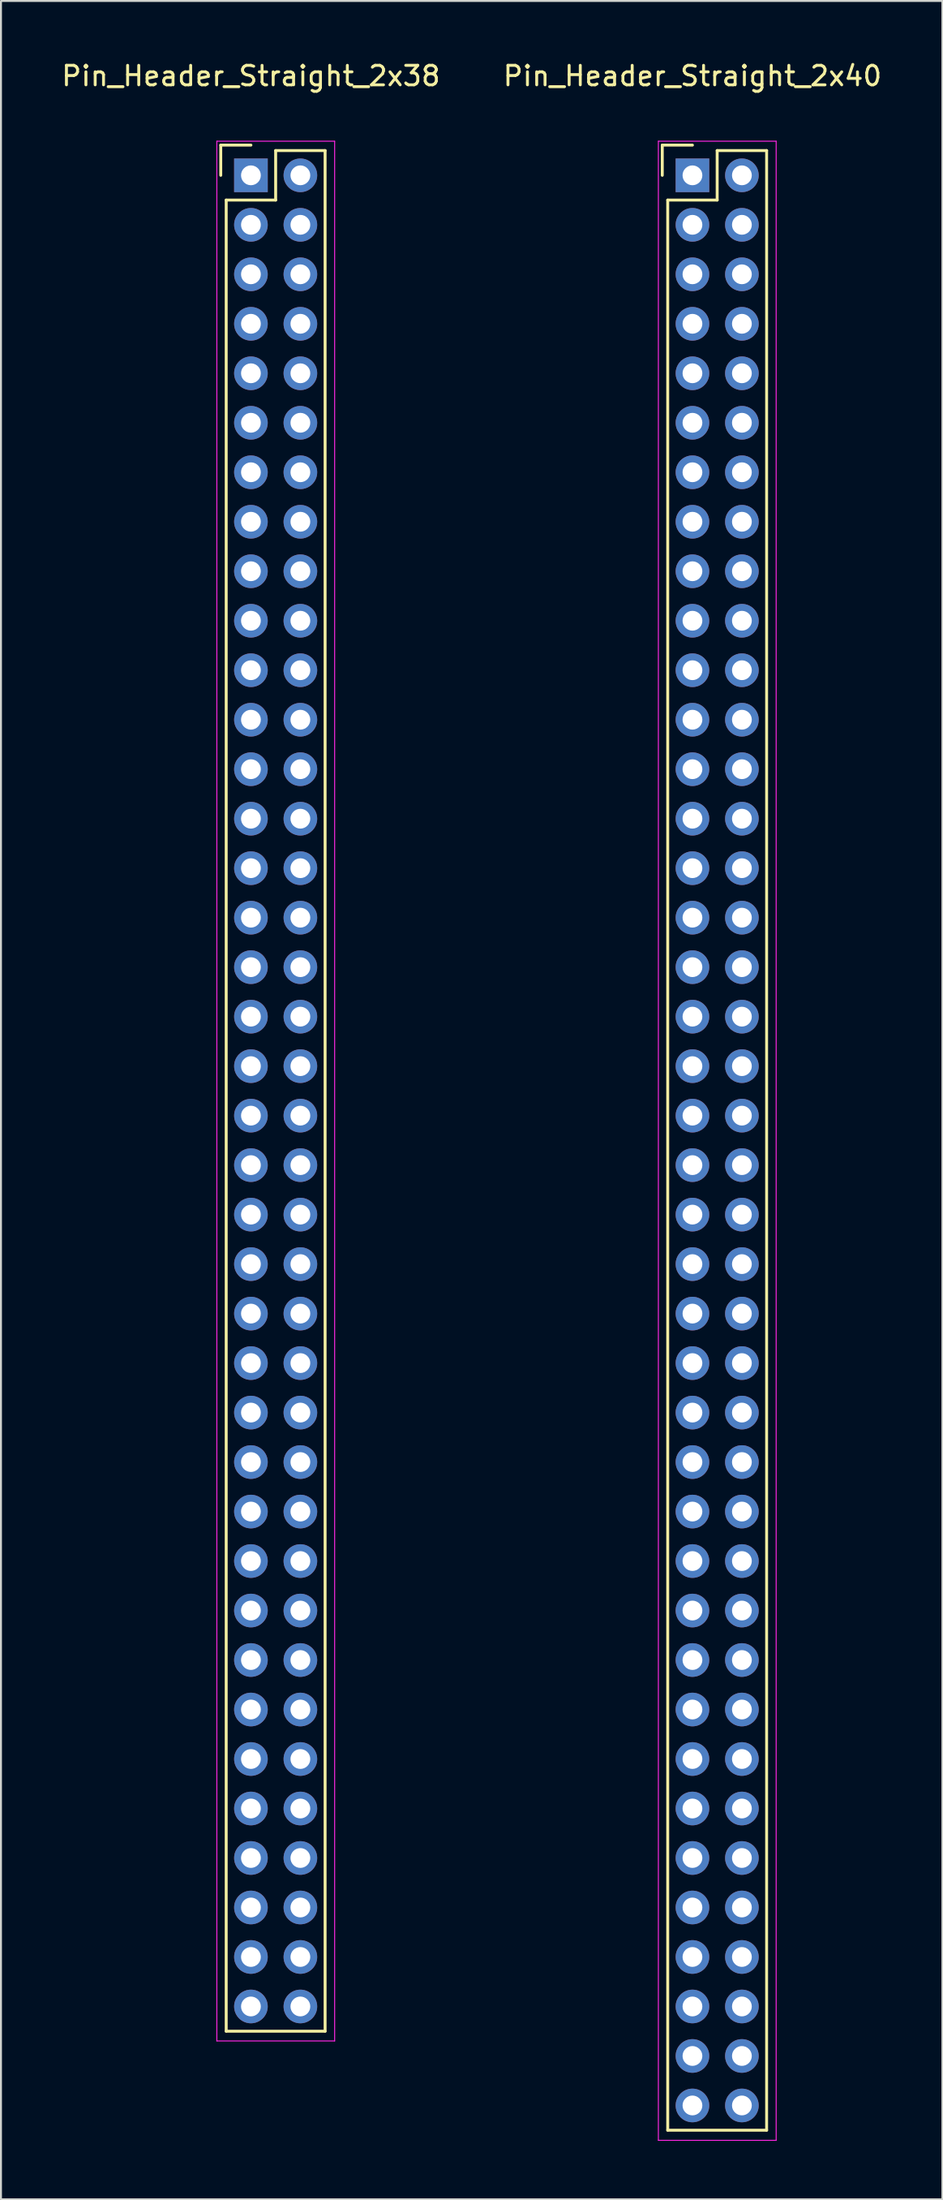
<source format=kicad_pcb>
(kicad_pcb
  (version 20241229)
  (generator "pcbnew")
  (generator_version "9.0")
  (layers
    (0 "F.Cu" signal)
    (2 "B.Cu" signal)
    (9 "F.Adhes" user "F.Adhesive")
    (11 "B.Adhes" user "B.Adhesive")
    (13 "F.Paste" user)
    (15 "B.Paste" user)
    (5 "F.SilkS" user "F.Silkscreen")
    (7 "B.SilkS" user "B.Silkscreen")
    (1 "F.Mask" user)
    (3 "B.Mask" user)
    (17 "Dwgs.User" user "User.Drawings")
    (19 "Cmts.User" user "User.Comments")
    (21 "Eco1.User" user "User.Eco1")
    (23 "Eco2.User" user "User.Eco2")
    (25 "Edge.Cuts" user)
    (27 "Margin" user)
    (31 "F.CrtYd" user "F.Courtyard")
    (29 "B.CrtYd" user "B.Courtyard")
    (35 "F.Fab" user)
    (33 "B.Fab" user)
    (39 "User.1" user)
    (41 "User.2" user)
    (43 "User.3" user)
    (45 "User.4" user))
  (footprint "Pin_Header_Straight_2x38"
    (layer "F.Cu")
    (at 9.839 5.948)
    (property "Reference" "Pin_Header_Straight_2x38" (at 0 -5.1 0) (layer "F.SilkS") (effects (font (size 1 1) (thickness 0.15))))
    (attr through_hole)
    (fp_line (start -1.55 -1.55) (end -1.55 0) (stroke (width 0.15) (type solid)) (layer "F.SilkS"))
    (fp_line (start -1.27 95.25) (end -1.27 1.27) (stroke (width 0.15) (type solid)) (layer "F.SilkS"))
    (fp_line (start 0 -1.55) (end -1.55 -1.55) (stroke (width 0.15) (type solid)) (layer "F.SilkS"))
    (fp_line (start 1.27 -1.27) (end 1.27 1.27) (stroke (width 0.15) (type solid)) (layer "F.SilkS"))
    (fp_line (start 1.27 1.27) (end -1.27 1.27) (stroke (width 0.15) (type solid)) (layer "F.SilkS"))
    (fp_line (start 3.81 -1.27) (end 1.27 -1.27) (stroke (width 0.15) (type solid)) (layer "F.SilkS"))
    (fp_line (start 3.81 -1.27) (end 3.81 95.25) (stroke (width 0.15) (type solid)) (layer "F.SilkS"))
    (fp_line (start 3.81 95.25) (end -1.27 95.25) (stroke (width 0.15) (type solid)) (layer "F.SilkS"))
    (fp_line (start -1.75 -1.75) (end -1.75 95.75) (stroke (width 0.05) (type solid)) (layer "F.CrtYd"))
    (fp_line (start -1.75 -1.75) (end 4.3 -1.75) (stroke (width 0.05) (type solid)) (layer "F.CrtYd"))
    (fp_line (start -1.75 95.75) (end 4.3 95.75) (stroke (width 0.05) (type solid)) (layer "F.CrtYd"))
    (fp_line (start 4.3 -1.75) (end 4.3 95.75) (stroke (width 0.05) (type solid)) (layer "F.CrtYd"))
    (pad "1" thru_hole rect (at 0 0) (size 1.727 1.727) (drill 1.016) (layers "*.Cu" "*.Mask"))
    (pad "2" thru_hole oval (at 2.54 0) (size 1.727 1.727) (drill 1.016) (layers "*.Cu" "*.Mask"))
    (pad "3" thru_hole oval (at 0 2.54) (size 1.727 1.727) (drill 1.016) (layers "*.Cu" "*.Mask"))
    (pad "4" thru_hole oval (at 2.54 2.54) (size 1.727 1.727) (drill 1.016) (layers "*.Cu" "*.Mask"))
    (pad "5" thru_hole oval (at 0 5.08) (size 1.727 1.727) (drill 1.016) (layers "*.Cu" "*.Mask"))
    (pad "6" thru_hole oval (at 2.54 5.08) (size 1.727 1.727) (drill 1.016) (layers "*.Cu" "*.Mask"))
    (pad "7" thru_hole oval (at 0 7.62) (size 1.727 1.727) (drill 1.016) (layers "*.Cu" "*.Mask"))
    (pad "8" thru_hole oval (at 2.54 7.62) (size 1.727 1.727) (drill 1.016) (layers "*.Cu" "*.Mask"))
    (pad "9" thru_hole oval (at 0 10.16) (size 1.727 1.727) (drill 1.016) (layers "*.Cu" "*.Mask"))
    (pad "10" thru_hole oval (at 2.54 10.16) (size 1.727 1.727) (drill 1.016) (layers "*.Cu" "*.Mask"))
    (pad "11" thru_hole oval (at 0 12.7) (size 1.727 1.727) (drill 1.016) (layers "*.Cu" "*.Mask"))
    (pad "12" thru_hole oval (at 2.54 12.7) (size 1.727 1.727) (drill 1.016) (layers "*.Cu" "*.Mask"))
    (pad "13" thru_hole oval (at 0 15.24) (size 1.727 1.727) (drill 1.016) (layers "*.Cu" "*.Mask"))
    (pad "14" thru_hole oval (at 2.54 15.24) (size 1.727 1.727) (drill 1.016) (layers "*.Cu" "*.Mask"))
    (pad "15" thru_hole oval (at 0 17.78) (size 1.727 1.727) (drill 1.016) (layers "*.Cu" "*.Mask"))
    (pad "16" thru_hole oval (at 2.54 17.78) (size 1.727 1.727) (drill 1.016) (layers "*.Cu" "*.Mask"))
    (pad "17" thru_hole oval (at 0 20.32) (size 1.727 1.727) (drill 1.016) (layers "*.Cu" "*.Mask"))
    (pad "18" thru_hole oval (at 2.54 20.32) (size 1.727 1.727) (drill 1.016) (layers "*.Cu" "*.Mask"))
    (pad "19" thru_hole oval (at 0 22.86) (size 1.727 1.727) (drill 1.016) (layers "*.Cu" "*.Mask"))
    (pad "20" thru_hole oval (at 2.54 22.86) (size 1.727 1.727) (drill 1.016) (layers "*.Cu" "*.Mask"))
    (pad "21" thru_hole oval (at 0 25.4) (size 1.727 1.727) (drill 1.016) (layers "*.Cu" "*.Mask"))
    (pad "22" thru_hole oval (at 2.54 25.4) (size 1.727 1.727) (drill 1.016) (layers "*.Cu" "*.Mask"))
    (pad "23" thru_hole oval (at 0 27.94) (size 1.727 1.727) (drill 1.016) (layers "*.Cu" "*.Mask"))
    (pad "24" thru_hole oval (at 2.54 27.94) (size 1.727 1.727) (drill 1.016) (layers "*.Cu" "*.Mask"))
    (pad "25" thru_hole oval (at 0 30.48) (size 1.727 1.727) (drill 1.016) (layers "*.Cu" "*.Mask"))
    (pad "26" thru_hole oval (at 2.54 30.48) (size 1.727 1.727) (drill 1.016) (layers "*.Cu" "*.Mask"))
    (pad "27" thru_hole oval (at 0 33.02) (size 1.727 1.727) (drill 1.016) (layers "*.Cu" "*.Mask"))
    (pad "28" thru_hole oval (at 2.54 33.02) (size 1.727 1.727) (drill 1.016) (layers "*.Cu" "*.Mask"))
    (pad "29" thru_hole oval (at 0 35.56) (size 1.727 1.727) (drill 1.016) (layers "*.Cu" "*.Mask"))
    (pad "30" thru_hole oval (at 2.54 35.56) (size 1.727 1.727) (drill 1.016) (layers "*.Cu" "*.Mask"))
    (pad "31" thru_hole oval (at 0 38.1) (size 1.727 1.727) (drill 1.016) (layers "*.Cu" "*.Mask"))
    (pad "32" thru_hole oval (at 2.54 38.1) (size 1.727 1.727) (drill 1.016) (layers "*.Cu" "*.Mask"))
    (pad "33" thru_hole oval (at 0 40.64) (size 1.727 1.727) (drill 1.016) (layers "*.Cu" "*.Mask"))
    (pad "34" thru_hole oval (at 2.54 40.64) (size 1.727 1.727) (drill 1.016) (layers "*.Cu" "*.Mask"))
    (pad "35" thru_hole oval (at 0 43.18) (size 1.727 1.727) (drill 1.016) (layers "*.Cu" "*.Mask"))
    (pad "36" thru_hole oval (at 2.54 43.18) (size 1.727 1.727) (drill 1.016) (layers "*.Cu" "*.Mask"))
    (pad "37" thru_hole oval (at 0 45.72) (size 1.727 1.727) (drill 1.016) (layers "*.Cu" "*.Mask"))
    (pad "38" thru_hole oval (at 2.54 45.72) (size 1.727 1.727) (drill 1.016) (layers "*.Cu" "*.Mask"))
    (pad "39" thru_hole oval (at 0 48.26) (size 1.727 1.727) (drill 1.016) (layers "*.Cu" "*.Mask"))
    (pad "40" thru_hole oval (at 2.54 48.26) (size 1.727 1.727) (drill 1.016) (layers "*.Cu" "*.Mask"))
    (pad "41" thru_hole oval (at 0 50.8) (size 1.727 1.727) (drill 1.016) (layers "*.Cu" "*.Mask"))
    (pad "42" thru_hole oval (at 2.54 50.8) (size 1.727 1.727) (drill 1.016) (layers "*.Cu" "*.Mask"))
    (pad "43" thru_hole oval (at 0 53.34) (size 1.727 1.727) (drill 1.016) (layers "*.Cu" "*.Mask"))
    (pad "44" thru_hole oval (at 2.54 53.34) (size 1.727 1.727) (drill 1.016) (layers "*.Cu" "*.Mask"))
    (pad "45" thru_hole oval (at 0 55.88) (size 1.727 1.727) (drill 1.016) (layers "*.Cu" "*.Mask"))
    (pad "46" thru_hole oval (at 2.54 55.88) (size 1.727 1.727) (drill 1.016) (layers "*.Cu" "*.Mask"))
    (pad "47" thru_hole oval (at 0 58.42) (size 1.727 1.727) (drill 1.016) (layers "*.Cu" "*.Mask"))
    (pad "48" thru_hole oval (at 2.54 58.42) (size 1.727 1.727) (drill 1.016) (layers "*.Cu" "*.Mask"))
    (pad "49" thru_hole oval (at 0 60.96) (size 1.727 1.727) (drill 1.016) (layers "*.Cu" "*.Mask"))
    (pad "50" thru_hole oval (at 2.54 60.96) (size 1.727 1.727) (drill 1.016) (layers "*.Cu" "*.Mask"))
    (pad "51" thru_hole oval (at 0 63.5) (size 1.727 1.727) (drill 1.016) (layers "*.Cu" "*.Mask"))
    (pad "52" thru_hole oval (at 2.54 63.5) (size 1.727 1.727) (drill 1.016) (layers "*.Cu" "*.Mask"))
    (pad "53" thru_hole oval (at 0 66.04) (size 1.727 1.727) (drill 1.016) (layers "*.Cu" "*.Mask"))
    (pad "54" thru_hole oval (at 2.54 66.04) (size 1.727 1.727) (drill 1.016) (layers "*.Cu" "*.Mask"))
    (pad "55" thru_hole oval (at 0 68.58) (size 1.727 1.727) (drill 1.016) (layers "*.Cu" "*.Mask"))
    (pad "56" thru_hole oval (at 2.54 68.58) (size 1.727 1.727) (drill 1.016) (layers "*.Cu" "*.Mask"))
    (pad "57" thru_hole oval (at 0 71.12) (size 1.727 1.727) (drill 1.016) (layers "*.Cu" "*.Mask"))
    (pad "58" thru_hole oval (at 2.54 71.12) (size 1.727 1.727) (drill 1.016) (layers "*.Cu" "*.Mask"))
    (pad "59" thru_hole oval (at 0 73.66) (size 1.727 1.727) (drill 1.016) (layers "*.Cu" "*.Mask"))
    (pad "60" thru_hole oval (at 2.54 73.66) (size 1.727 1.727) (drill 1.016) (layers "*.Cu" "*.Mask"))
    (pad "61" thru_hole oval (at 0 76.2) (size 1.727 1.727) (drill 1.016) (layers "*.Cu" "*.Mask"))
    (pad "62" thru_hole oval (at 2.54 76.2) (size 1.727 1.727) (drill 1.016) (layers "*.Cu" "*.Mask"))
    (pad "63" thru_hole oval (at 0 78.74) (size 1.727 1.727) (drill 1.016) (layers "*.Cu" "*.Mask"))
    (pad "64" thru_hole oval (at 2.54 78.74) (size 1.727 1.727) (drill 1.016) (layers "*.Cu" "*.Mask"))
    (pad "65" thru_hole oval (at 0 81.28) (size 1.727 1.727) (drill 1.016) (layers "*.Cu" "*.Mask"))
    (pad "66" thru_hole oval (at 2.54 81.28) (size 1.727 1.727) (drill 1.016) (layers "*.Cu" "*.Mask"))
    (pad "67" thru_hole oval (at 0 83.82) (size 1.727 1.727) (drill 1.016) (layers "*.Cu" "*.Mask"))
    (pad "68" thru_hole oval (at 2.54 83.82) (size 1.727 1.727) (drill 1.016) (layers "*.Cu" "*.Mask"))
    (pad "69" thru_hole oval (at 0 86.36) (size 1.727 1.727) (drill 1.016) (layers "*.Cu" "*.Mask"))
    (pad "70" thru_hole oval (at 2.54 86.36) (size 1.727 1.727) (drill 1.016) (layers "*.Cu" "*.Mask"))
    (pad "71" thru_hole oval (at 0 88.9) (size 1.727 1.727) (drill 1.016) (layers "*.Cu" "*.Mask"))
    (pad "72" thru_hole oval (at 2.54 88.9) (size 1.727 1.727) (drill 1.016) (layers "*.Cu" "*.Mask"))
    (pad "73" thru_hole oval (at 0 91.44) (size 1.727 1.727) (drill 1.016) (layers "*.Cu" "*.Mask"))
    (pad "74" thru_hole oval (at 2.54 91.44) (size 1.727 1.727) (drill 1.016) (layers "*.Cu" "*.Mask"))
    (pad "75" thru_hole oval (at 0 93.98) (size 1.727 1.727) (drill 1.016) (layers "*.Cu" "*.Mask"))
    (pad "76" thru_hole oval (at 2.54 93.98) (size 1.727 1.727) (drill 1.016) (layers "*.Cu" "*.Mask")))
  (footprint "Pin_Header_Straight_2x40"
    (layer "F.Cu")
    (at 32.518 5.948)
    (property "Reference" "Pin_Header_Straight_2x40" (at 0 -5.1 0) (layer "F.SilkS") (effects (font (size 1 1) (thickness 0.15))))
    (attr through_hole)
    (fp_line (start -1.55 -1.55) (end -1.55 0) (stroke (width 0.15) (type solid)) (layer "F.SilkS"))
    (fp_line (start -1.27 100.33) (end -1.27 1.27) (stroke (width 0.15) (type solid)) (layer "F.SilkS"))
    (fp_line (start 0 -1.55) (end -1.55 -1.55) (stroke (width 0.15) (type solid)) (layer "F.SilkS"))
    (fp_line (start 1.27 -1.27) (end 1.27 1.27) (stroke (width 0.15) (type solid)) (layer "F.SilkS"))
    (fp_line (start 1.27 1.27) (end -1.27 1.27) (stroke (width 0.15) (type solid)) (layer "F.SilkS"))
    (fp_line (start 3.81 -1.27) (end 1.27 -1.27) (stroke (width 0.15) (type solid)) (layer "F.SilkS"))
    (fp_line (start 3.81 -1.27) (end 3.81 100.33) (stroke (width 0.15) (type solid)) (layer "F.SilkS"))
    (fp_line (start 3.81 100.33) (end -1.27 100.33) (stroke (width 0.15) (type solid)) (layer "F.SilkS"))
    (fp_line (start -1.75 -1.75) (end -1.75 100.85) (stroke (width 0.05) (type solid)) (layer "F.CrtYd"))
    (fp_line (start -1.75 -1.75) (end 4.3 -1.75) (stroke (width 0.05) (type solid)) (layer "F.CrtYd"))
    (fp_line (start -1.75 100.85) (end 4.3 100.85) (stroke (width 0.05) (type solid)) (layer "F.CrtYd"))
    (fp_line (start 4.3 -1.75) (end 4.3 100.85) (stroke (width 0.05) (type solid)) (layer "F.CrtYd"))
    (pad "1" thru_hole rect (at 0 0) (size 1.727 1.727) (drill 1.016) (layers "*.Cu" "*.Mask"))
    (pad "2" thru_hole oval (at 2.54 0) (size 1.727 1.727) (drill 1.016) (layers "*.Cu" "*.Mask"))
    (pad "3" thru_hole oval (at 0 2.54) (size 1.727 1.727) (drill 1.016) (layers "*.Cu" "*.Mask"))
    (pad "4" thru_hole oval (at 2.54 2.54) (size 1.727 1.727) (drill 1.016) (layers "*.Cu" "*.Mask"))
    (pad "5" thru_hole oval (at 0 5.08) (size 1.727 1.727) (drill 1.016) (layers "*.Cu" "*.Mask"))
    (pad "6" thru_hole oval (at 2.54 5.08) (size 1.727 1.727) (drill 1.016) (layers "*.Cu" "*.Mask"))
    (pad "7" thru_hole oval (at 0 7.62) (size 1.727 1.727) (drill 1.016) (layers "*.Cu" "*.Mask"))
    (pad "8" thru_hole oval (at 2.54 7.62) (size 1.727 1.727) (drill 1.016) (layers "*.Cu" "*.Mask"))
    (pad "9" thru_hole oval (at 0 10.16) (size 1.727 1.727) (drill 1.016) (layers "*.Cu" "*.Mask"))
    (pad "10" thru_hole oval (at 2.54 10.16) (size 1.727 1.727) (drill 1.016) (layers "*.Cu" "*.Mask"))
    (pad "11" thru_hole oval (at 0 12.7) (size 1.727 1.727) (drill 1.016) (layers "*.Cu" "*.Mask"))
    (pad "12" thru_hole oval (at 2.54 12.7) (size 1.727 1.727) (drill 1.016) (layers "*.Cu" "*.Mask"))
    (pad "13" thru_hole oval (at 0 15.24) (size 1.727 1.727) (drill 1.016) (layers "*.Cu" "*.Mask"))
    (pad "14" thru_hole oval (at 2.54 15.24) (size 1.727 1.727) (drill 1.016) (layers "*.Cu" "*.Mask"))
    (pad "15" thru_hole oval (at 0 17.78) (size 1.727 1.727) (drill 1.016) (layers "*.Cu" "*.Mask"))
    (pad "16" thru_hole oval (at 2.54 17.78) (size 1.727 1.727) (drill 1.016) (layers "*.Cu" "*.Mask"))
    (pad "17" thru_hole oval (at 0 20.32) (size 1.727 1.727) (drill 1.016) (layers "*.Cu" "*.Mask"))
    (pad "18" thru_hole oval (at 2.54 20.32) (size 1.727 1.727) (drill 1.016) (layers "*.Cu" "*.Mask"))
    (pad "19" thru_hole oval (at 0 22.86) (size 1.727 1.727) (drill 1.016) (layers "*.Cu" "*.Mask"))
    (pad "20" thru_hole oval (at 2.54 22.86) (size 1.727 1.727) (drill 1.016) (layers "*.Cu" "*.Mask"))
    (pad "21" thru_hole oval (at 0 25.4) (size 1.727 1.727) (drill 1.016) (layers "*.Cu" "*.Mask"))
    (pad "22" thru_hole oval (at 2.54 25.4) (size 1.727 1.727) (drill 1.016) (layers "*.Cu" "*.Mask"))
    (pad "23" thru_hole oval (at 0 27.94) (size 1.727 1.727) (drill 1.016) (layers "*.Cu" "*.Mask"))
    (pad "24" thru_hole oval (at 2.54 27.94) (size 1.727 1.727) (drill 1.016) (layers "*.Cu" "*.Mask"))
    (pad "25" thru_hole oval (at 0 30.48) (size 1.727 1.727) (drill 1.016) (layers "*.Cu" "*.Mask"))
    (pad "26" thru_hole oval (at 2.54 30.48) (size 1.727 1.727) (drill 1.016) (layers "*.Cu" "*.Mask"))
    (pad "27" thru_hole oval (at 0 33.02) (size 1.727 1.727) (drill 1.016) (layers "*.Cu" "*.Mask"))
    (pad "28" thru_hole oval (at 2.54 33.02) (size 1.727 1.727) (drill 1.016) (layers "*.Cu" "*.Mask"))
    (pad "29" thru_hole oval (at 0 35.56) (size 1.727 1.727) (drill 1.016) (layers "*.Cu" "*.Mask"))
    (pad "30" thru_hole oval (at 2.54 35.56) (size 1.727 1.727) (drill 1.016) (layers "*.Cu" "*.Mask"))
    (pad "31" thru_hole oval (at 0 38.1) (size 1.727 1.727) (drill 1.016) (layers "*.Cu" "*.Mask"))
    (pad "32" thru_hole oval (at 2.54 38.1) (size 1.727 1.727) (drill 1.016) (layers "*.Cu" "*.Mask"))
    (pad "33" thru_hole oval (at 0 40.64) (size 1.727 1.727) (drill 1.016) (layers "*.Cu" "*.Mask"))
    (pad "34" thru_hole oval (at 2.54 40.64) (size 1.727 1.727) (drill 1.016) (layers "*.Cu" "*.Mask"))
    (pad "35" thru_hole oval (at 0 43.18) (size 1.727 1.727) (drill 1.016) (layers "*.Cu" "*.Mask"))
    (pad "36" thru_hole oval (at 2.54 43.18) (size 1.727 1.727) (drill 1.016) (layers "*.Cu" "*.Mask"))
    (pad "37" thru_hole oval (at 0 45.72) (size 1.727 1.727) (drill 1.016) (layers "*.Cu" "*.Mask"))
    (pad "38" thru_hole oval (at 2.54 45.72) (size 1.727 1.727) (drill 1.016) (layers "*.Cu" "*.Mask"))
    (pad "39" thru_hole oval (at 0 48.26) (size 1.727 1.727) (drill 1.016) (layers "*.Cu" "*.Mask"))
    (pad "40" thru_hole oval (at 2.54 48.26) (size 1.727 1.727) (drill 1.016) (layers "*.Cu" "*.Mask"))
    (pad "41" thru_hole oval (at 0 50.8) (size 1.727 1.727) (drill 1.016) (layers "*.Cu" "*.Mask"))
    (pad "42" thru_hole oval (at 2.54 50.8) (size 1.727 1.727) (drill 1.016) (layers "*.Cu" "*.Mask"))
    (pad "43" thru_hole oval (at 0 53.34) (size 1.727 1.727) (drill 1.016) (layers "*.Cu" "*.Mask"))
    (pad "44" thru_hole oval (at 2.54 53.34) (size 1.727 1.727) (drill 1.016) (layers "*.Cu" "*.Mask"))
    (pad "45" thru_hole oval (at 0 55.88) (size 1.727 1.727) (drill 1.016) (layers "*.Cu" "*.Mask"))
    (pad "46" thru_hole oval (at 2.54 55.88) (size 1.727 1.727) (drill 1.016) (layers "*.Cu" "*.Mask"))
    (pad "47" thru_hole oval (at 0 58.42) (size 1.727 1.727) (drill 1.016) (layers "*.Cu" "*.Mask"))
    (pad "48" thru_hole oval (at 2.54 58.42) (size 1.727 1.727) (drill 1.016) (layers "*.Cu" "*.Mask"))
    (pad "49" thru_hole oval (at 0 60.96) (size 1.727 1.727) (drill 1.016) (layers "*.Cu" "*.Mask"))
    (pad "50" thru_hole oval (at 2.54 60.96) (size 1.727 1.727) (drill 1.016) (layers "*.Cu" "*.Mask"))
    (pad "51" thru_hole oval (at 0 63.5) (size 1.727 1.727) (drill 1.016) (layers "*.Cu" "*.Mask"))
    (pad "52" thru_hole oval (at 2.54 63.5) (size 1.727 1.727) (drill 1.016) (layers "*.Cu" "*.Mask"))
    (pad "53" thru_hole oval (at 0 66.04) (size 1.727 1.727) (drill 1.016) (layers "*.Cu" "*.Mask"))
    (pad "54" thru_hole oval (at 2.54 66.04) (size 1.727 1.727) (drill 1.016) (layers "*.Cu" "*.Mask"))
    (pad "55" thru_hole oval (at 0 68.58) (size 1.727 1.727) (drill 1.016) (layers "*.Cu" "*.Mask"))
    (pad "56" thru_hole oval (at 2.54 68.58) (size 1.727 1.727) (drill 1.016) (layers "*.Cu" "*.Mask"))
    (pad "57" thru_hole oval (at 0 71.12) (size 1.727 1.727) (drill 1.016) (layers "*.Cu" "*.Mask"))
    (pad "58" thru_hole oval (at 2.54 71.12) (size 1.727 1.727) (drill 1.016) (layers "*.Cu" "*.Mask"))
    (pad "59" thru_hole oval (at 0 73.66) (size 1.727 1.727) (drill 1.016) (layers "*.Cu" "*.Mask"))
    (pad "60" thru_hole oval (at 2.54 73.66) (size 1.727 1.727) (drill 1.016) (layers "*.Cu" "*.Mask"))
    (pad "61" thru_hole oval (at 0 76.2) (size 1.727 1.727) (drill 1.016) (layers "*.Cu" "*.Mask"))
    (pad "62" thru_hole oval (at 2.54 76.2) (size 1.727 1.727) (drill 1.016) (layers "*.Cu" "*.Mask"))
    (pad "63" thru_hole oval (at 0 78.74) (size 1.727 1.727) (drill 1.016) (layers "*.Cu" "*.Mask"))
    (pad "64" thru_hole oval (at 2.54 78.74) (size 1.727 1.727) (drill 1.016) (layers "*.Cu" "*.Mask"))
    (pad "65" thru_hole oval (at 0 81.28) (size 1.727 1.727) (drill 1.016) (layers "*.Cu" "*.Mask"))
    (pad "66" thru_hole oval (at 2.54 81.28) (size 1.727 1.727) (drill 1.016) (layers "*.Cu" "*.Mask"))
    (pad "67" thru_hole oval (at 0 83.82) (size 1.727 1.727) (drill 1.016) (layers "*.Cu" "*.Mask"))
    (pad "68" thru_hole oval (at 2.54 83.82) (size 1.727 1.727) (drill 1.016) (layers "*.Cu" "*.Mask"))
    (pad "69" thru_hole oval (at 0 86.36) (size 1.727 1.727) (drill 1.016) (layers "*.Cu" "*.Mask"))
    (pad "70" thru_hole oval (at 2.54 86.36) (size 1.727 1.727) (drill 1.016) (layers "*.Cu" "*.Mask"))
    (pad "71" thru_hole oval (at 0 88.9) (size 1.727 1.727) (drill 1.016) (layers "*.Cu" "*.Mask"))
    (pad "72" thru_hole oval (at 2.54 88.9) (size 1.727 1.727) (drill 1.016) (layers "*.Cu" "*.Mask"))
    (pad "73" thru_hole oval (at 0 91.44) (size 1.727 1.727) (drill 1.016) (layers "*.Cu" "*.Mask"))
    (pad "74" thru_hole oval (at 2.54 91.44) (size 1.727 1.727) (drill 1.016) (layers "*.Cu" "*.Mask"))
    (pad "75" thru_hole oval (at 0 93.98) (size 1.727 1.727) (drill 1.016) (layers "*.Cu" "*.Mask"))
    (pad "76" thru_hole oval (at 2.54 93.98) (size 1.727 1.727) (drill 1.016) (layers "*.Cu" "*.Mask"))
    (pad "77" thru_hole oval (at 0 96.52) (size 1.727 1.727) (drill 1.016) (layers "*.Cu" "*.Mask"))
    (pad "78" thru_hole oval (at 2.54 96.52) (size 1.727 1.727) (drill 1.016) (layers "*.Cu" "*.Mask"))
    (pad "79" thru_hole oval (at 0 99.06) (size 1.727 1.727) (drill 1.016) (layers "*.Cu" "*.Mask"))
    (pad "80" thru_hole oval (at 2.54 99.06) (size 1.727 1.727) (drill 1.016) (layers "*.Cu" "*.Mask")))
  (gr_rect
    (start -3 -3)
    (end 45.357 109.823)
    (stroke (width 0.1) (type default))
    (fill no)
    (layer "Edge.Cuts")))
</source>
